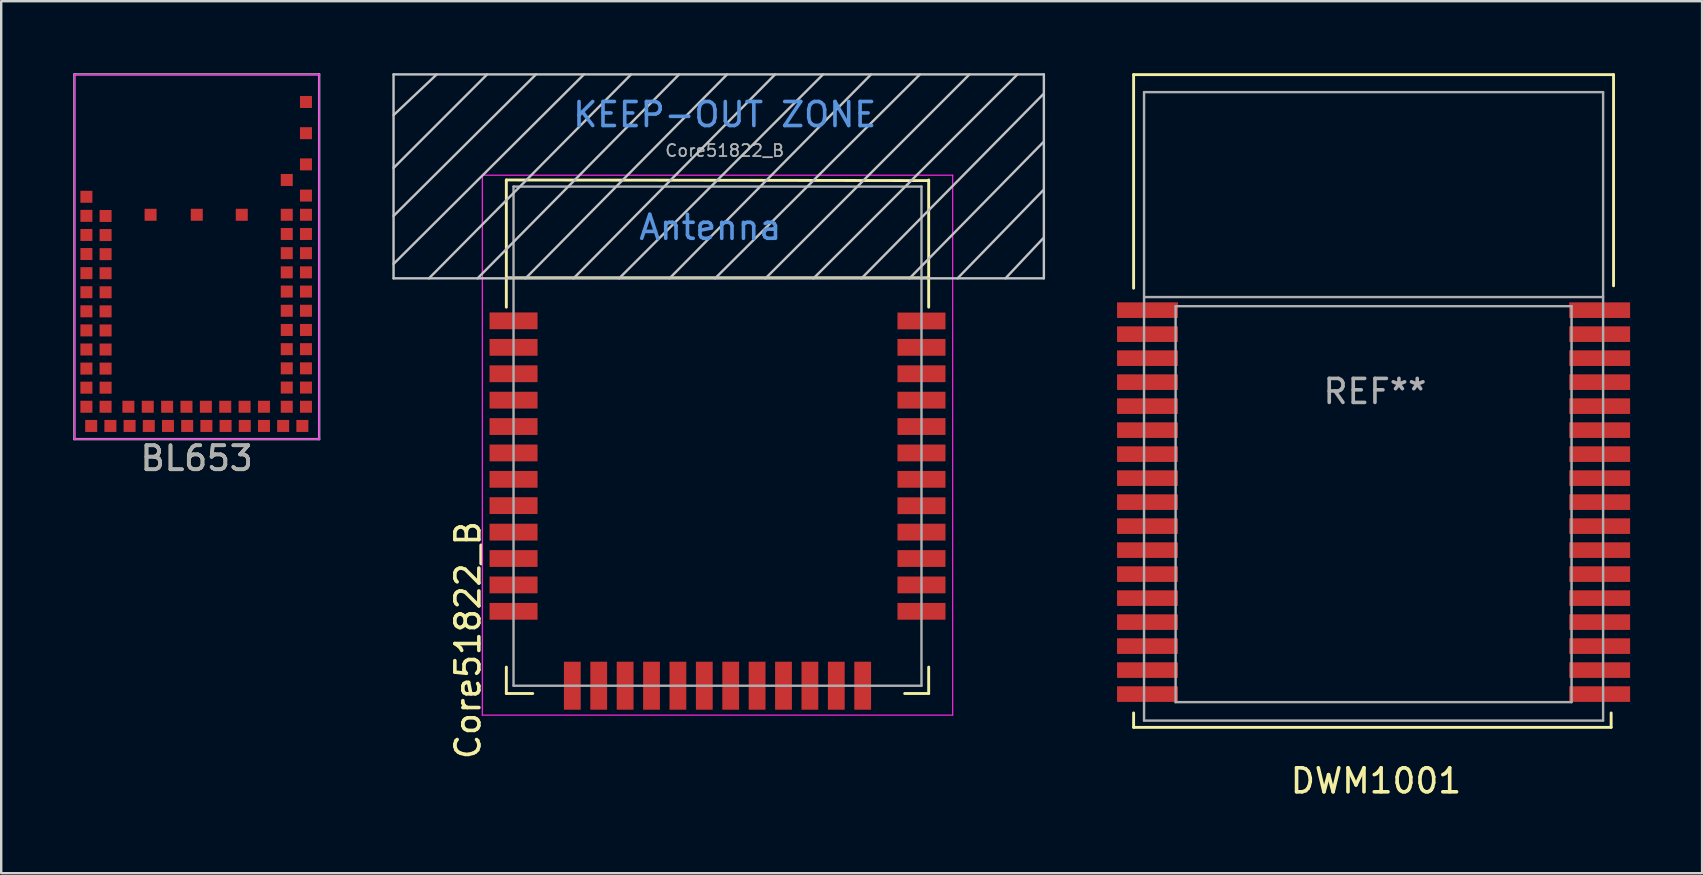
<source format=kicad_pcb>
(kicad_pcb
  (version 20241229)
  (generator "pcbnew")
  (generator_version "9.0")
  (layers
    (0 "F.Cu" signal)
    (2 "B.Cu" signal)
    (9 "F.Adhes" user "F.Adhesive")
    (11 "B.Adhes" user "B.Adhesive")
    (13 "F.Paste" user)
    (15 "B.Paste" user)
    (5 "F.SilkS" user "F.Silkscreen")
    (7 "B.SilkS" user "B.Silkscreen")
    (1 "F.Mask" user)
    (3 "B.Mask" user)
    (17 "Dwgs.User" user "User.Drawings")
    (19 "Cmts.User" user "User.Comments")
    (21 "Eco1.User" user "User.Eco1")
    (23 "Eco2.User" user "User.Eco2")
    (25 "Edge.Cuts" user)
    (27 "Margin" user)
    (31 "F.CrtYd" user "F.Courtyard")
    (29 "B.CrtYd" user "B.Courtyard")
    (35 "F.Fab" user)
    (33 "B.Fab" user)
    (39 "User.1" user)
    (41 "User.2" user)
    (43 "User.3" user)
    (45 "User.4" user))
  (footprint "DWM1001"
    (layer "F.Cu")
    (at 54.19 17.96)
    (property "Reference" "DWM1001" (at 0.1 11.53 0) (layer "F.SilkS") (effects (font (size 1 1) (thickness 0.15))))
    (attr through_hole)
    (fp_line (start -10 -17.9) (end 10 -17.9) (stroke (width 0.12) (type solid)) (layer "F.SilkS"))
    (fp_line (start -10 -9) (end -10 -17.9) (stroke (width 0.12) (type solid)) (layer "F.SilkS"))
    (fp_line (start -10 8.7) (end -10 9.3) (stroke (width 0.12) (type solid)) (layer "F.SilkS"))
    (fp_line (start -10 9.3) (end 9.9 9.3) (stroke (width 0.12) (type solid)) (layer "F.SilkS"))
    (fp_line (start 9.9 9.3) (end 9.9 8.7) (stroke (width 0.12) (type solid)) (layer "F.SilkS"))
    (fp_line (start 10 -17.9) (end 10 -9.1) (stroke (width 0.12) (type solid)) (layer "F.SilkS"))
    (fp_line (start -9.565 -17.17) (end -9.565 9.02) (stroke (width 0.1) (type solid)) (layer "F.Fab"))
    (fp_line (start -9.565 -8.63) (end 9.565 -8.63) (stroke (width 0.1) (type solid)) (layer "F.Fab"))
    (fp_line (start -9.565 9.02) (end 9.565 9.02) (stroke (width 0.1) (type solid)) (layer "F.Fab"))
    (fp_line (start -8.25 -8.25) (end 8.25 -8.25) (stroke (width 0.1) (type solid)) (layer "F.Fab"))
    (fp_line (start -8.25 8.25) (end -8.25 -8.25) (stroke (width 0.1) (type solid)) (layer "F.Fab"))
    (fp_line (start -8.25 8.25) (end 8.25 8.25) (stroke (width 0.1) (type solid)) (layer "F.Fab"))
    (fp_line (start 8.25 8.25) (end 8.25 -8.25) (stroke (width 0.1) (type solid)) (layer "F.Fab"))
    (fp_line (start 9.565 -17.17) (end -9.565 -17.17) (stroke (width 0.1) (type solid)) (layer "F.Fab"))
    (fp_line (start 9.565 -17.17) (end 9.565 9.02) (stroke (width 0.1) (type solid)) (layer "F.Fab"))
    (fp_text user "REF**" (at 0.057 -4.697 0) (layer "F.Fab") (effects (font (size 1 1) (thickness 0.15))))
    (pad "1" smd rect (at -9.42 -8.085) (size 2.54 0.65) (layers "F.Cu" "F.Mask" "F.Paste"))
    (pad "2" smd rect (at -9.42 -7.085) (size 2.54 0.65) (layers "F.Cu" "F.Mask" "F.Paste"))
    (pad "3" smd rect (at -9.42 -6.085) (size 2.54 0.65) (layers "F.Cu" "F.Mask" "F.Paste"))
    (pad "4" smd rect (at -9.42 -5.085) (size 2.54 0.65) (layers "F.Cu" "F.Mask" "F.Paste"))
    (pad "5" smd rect (at -9.42 -4.085) (size 2.54 0.65) (layers "F.Cu" "F.Mask" "F.Paste"))
    (pad "6" smd rect (at -9.42 -3.085) (size 2.54 0.65) (layers "F.Cu" "F.Mask" "F.Paste"))
    (pad "7" smd rect (at -9.42 -2.085) (size 2.54 0.65) (layers "F.Cu" "F.Mask" "F.Paste"))
    (pad "8" smd rect (at -9.42 -1.085) (size 2.54 0.65) (layers "F.Cu" "F.Mask" "F.Paste"))
    (pad "9" smd rect (at -9.42 -0.085) (size 2.54 0.65) (layers "F.Cu" "F.Mask" "F.Paste"))
    (pad "10" smd rect (at -9.42 0.915) (size 2.54 0.65) (layers "F.Cu" "F.Mask" "F.Paste"))
    (pad "11" smd rect (at -9.42 1.915) (size 2.54 0.65) (layers "F.Cu" "F.Mask" "F.Paste"))
    (pad "12" smd rect (at -9.42 2.915) (size 2.54 0.65) (layers "F.Cu" "F.Mask" "F.Paste"))
    (pad "13" smd rect (at -9.42 3.915) (size 2.54 0.65) (layers "F.Cu" "F.Mask" "F.Paste"))
    (pad "14" smd rect (at -9.42 4.915) (size 2.54 0.65) (layers "F.Cu" "F.Mask" "F.Paste"))
    (pad "15" smd rect (at -9.42 5.915) (size 2.54 0.65) (layers "F.Cu" "F.Mask" "F.Paste"))
    (pad "16" smd rect (at -9.42 6.915) (size 2.54 0.65) (layers "F.Cu" "F.Mask" "F.Paste"))
    (pad "17" smd rect (at -9.42 7.915) (size 2.54 0.65) (layers "F.Cu" "F.Mask" "F.Paste"))
    (pad "18" smd rect (at 9.42 7.915) (size 2.54 0.65) (layers "F.Cu" "F.Mask" "F.Paste"))
    (pad "19" smd rect (at 9.42 6.915) (size 2.54 0.65) (layers "F.Cu" "F.Mask" "F.Paste"))
    (pad "20" smd rect (at 9.42 5.915) (size 2.54 0.65) (layers "F.Cu" "F.Mask" "F.Paste"))
    (pad "21" smd rect (at 9.42 4.915) (size 2.54 0.65) (layers "F.Cu" "F.Mask" "F.Paste"))
    (pad "22" smd rect (at 9.42 3.915) (size 2.54 0.65) (layers "F.Cu" "F.Mask" "F.Paste"))
    (pad "23" smd rect (at 9.42 2.915) (size 2.54 0.65) (layers "F.Cu" "F.Mask" "F.Paste"))
    (pad "24" smd rect (at 9.42 1.915) (size 2.54 0.65) (layers "F.Cu" "F.Mask" "F.Paste"))
    (pad "25" smd rect (at 9.42 0.915) (size 2.54 0.65) (layers "F.Cu" "F.Mask" "F.Paste"))
    (pad "26" smd rect (at 9.42 -0.085) (size 2.54 0.65) (layers "F.Cu" "F.Mask" "F.Paste"))
    (pad "27" smd rect (at 9.42 -1.085) (size 2.54 0.65) (layers "F.Cu" "F.Mask" "F.Paste"))
    (pad "28" smd rect (at 9.42 -2.085) (size 2.54 0.65) (layers "F.Cu" "F.Mask" "F.Paste"))
    (pad "29" smd rect (at 9.42 -3.085) (size 2.54 0.65) (layers "F.Cu" "F.Mask" "F.Paste"))
    (pad "30" smd rect (at 9.42 -4.085) (size 2.54 0.65) (layers "F.Cu" "F.Mask" "F.Paste"))
    (pad "31" smd rect (at 9.42 -5.085) (size 2.54 0.65) (layers "F.Cu" "F.Mask" "F.Paste"))
    (pad "32" smd rect (at 9.42 -6.085) (size 2.54 0.65) (layers "F.Cu" "F.Mask" "F.Paste"))
    (pad "33" smd rect (at 9.42 -7.085) (size 2.54 0.65) (layers "F.Cu" "F.Mask" "F.Paste"))
    (pad "34" smd rect (at 9.42 -8.085) (size 2.54 0.65) (layers "F.Cu" "F.Mask" "F.Paste")))
  (footprint "Core51822_B"
    (layer "F.Cu")
    (at 26.85 18.253)
    (property "Reference" "Core51822_B" (at -10.4 5.372 90) (layer "F.SilkS") (effects (font (size 1 1) (thickness 0.15))))
    (attr smd)
    (fp_line (start -8.8 -13.803) (end -8.8 -8.503) (stroke (width 0.12) (type solid)) (layer "F.SilkS"))
    (fp_line (start -8.8 -13.803) (end 8.8 -13.778) (stroke (width 0.12) (type solid)) (layer "F.SilkS"))
    (fp_line (start -8.8 -9.728) (end 8.8 -9.728) (stroke (width 0.12) (type solid)) (layer "F.SilkS"))
    (fp_line (start -8.8 6.497) (end -8.8 7.597) (stroke (width 0.12) (type solid)) (layer "F.SilkS"))
    (fp_line (start -8.8 7.597) (end -7.7 7.597) (stroke (width 0.12) (type solid)) (layer "F.SilkS"))
    (fp_line (start 8.8 -13.803) (end 8.8 -8.503) (stroke (width 0.12) (type solid)) (layer "F.SilkS"))
    (fp_line (start 8.8 6.497) (end 8.8 7.597) (stroke (width 0.12) (type solid)) (layer "F.SilkS"))
    (fp_line (start 8.8 7.597) (end 7.8 7.597) (stroke (width 0.12) (type solid)) (layer "F.SilkS"))
    (fp_line (start -13.5 -16.503) (end -11.7 -18.203) (stroke (width 0.1) (type solid)) (layer "Dwgs.User"))
    (fp_line (start -13.5 -14.303) (end -9.6 -18.203) (stroke (width 0.1) (type solid)) (layer "Dwgs.User"))
    (fp_line (start -13.5 -12.303) (end -7.565 -18.203) (stroke (width 0.1) (type solid)) (layer "Dwgs.User"))
    (fp_line (start -13.5 -10.303) (end -5.565 -18.203) (stroke (width 0.1) (type solid)) (layer "Dwgs.User"))
    (fp_line (start -13.5 -9.703) (end -13.5 -18.203) (stroke (width 0.1) (type solid)) (layer "Dwgs.User"))
    (fp_line (start -12.025 -9.703) (end -3.6 -18.203) (stroke (width 0.1) (type solid)) (layer "Dwgs.User"))
    (fp_line (start -10 -9.703) (end -1.6 -18.203) (stroke (width 0.1) (type solid)) (layer "Dwgs.User"))
    (fp_line (start -8 -9.703) (end 0.4 -18.203) (stroke (width 0.1) (type solid)) (layer "Dwgs.User"))
    (fp_line (start -6 -9.703) (end 2.4 -18.203) (stroke (width 0.1) (type solid)) (layer "Dwgs.User"))
    (fp_line (start -4.1 -9.703) (end 4.4 -18.203) (stroke (width 0.1) (type solid)) (layer "Dwgs.User"))
    (fp_line (start -2 -9.703) (end 6.4 -18.203) (stroke (width 0.1) (type solid)) (layer "Dwgs.User"))
    (fp_line (start -0.1 -9.703) (end 8.435 -18.203) (stroke (width 0.1) (type solid)) (layer "Dwgs.User"))
    (fp_line (start 2 -9.703) (end 10.5 -18.203) (stroke (width 0.1) (type solid)) (layer "Dwgs.User"))
    (fp_line (start 4 -9.703) (end 12.5 -18.203) (stroke (width 0.1) (type solid)) (layer "Dwgs.User"))
    (fp_line (start 6 -9.703) (end 13.565 -17.368) (stroke (width 0.1) (type solid)) (layer "Dwgs.User"))
    (fp_line (start 8 -9.703) (end 13.565 -15.368) (stroke (width 0.1) (type solid)) (layer "Dwgs.User"))
    (fp_line (start 10 -9.703) (end 13.565 -13.368) (stroke (width 0.1) (type solid)) (layer "Dwgs.User"))
    (fp_line (start 12 -9.703) (end 13.565 -11.368) (stroke (width 0.1) (type solid)) (layer "Dwgs.User"))
    (fp_line (start 13.6 -18.203) (end -13.5 -18.203) (stroke (width 0.1) (type solid)) (layer "Dwgs.User"))
    (fp_line (start 13.6 -9.703) (end -13.5 -9.703) (stroke (width 0.1) (type solid)) (layer "Dwgs.User"))
    (fp_line (start 13.6 -9.703) (end 13.6 -18.203) (stroke (width 0.1) (type solid)) (layer "Dwgs.User"))
    (fp_line (start -9.8 -14.003) (end 9.8 -14.003) (stroke (width 0.05) (type solid)) (layer "F.CrtYd"))
    (fp_line (start -9.8 8.497) (end -9.8 -14.003) (stroke (width 0.05) (type solid)) (layer "F.CrtYd"))
    (fp_line (start -9.8 8.497) (end 9.8 8.497) (stroke (width 0.05) (type solid)) (layer "F.CrtYd"))
    (fp_line (start 9.8 -14.003) (end 9.8 8.497) (stroke (width 0.05) (type solid)) (layer "F.CrtYd"))
    (fp_line (start -8.5 -13.528) (end -8.5 7.272) (stroke (width 0.1) (type solid)) (layer "F.Fab"))
    (fp_line (start -8.5 -13.528) (end 8.5 -13.528) (stroke (width 0.1) (type solid)) (layer "F.Fab"))
    (fp_line (start -8.5 7.272) (end 8.5 7.272) (stroke (width 0.1) (type solid)) (layer "F.Fab"))
    (fp_line (start 8.5 7.272) (end 8.5 -13.528) (stroke (width 0.1) (type solid)) (layer "F.Fab"))
    (fp_text user "Antenna" (at -0.3 -11.828 0) (layer "Cmts.User") (effects (font (size 1 1) (thickness 0.15))))
    (fp_text user "KEEP-OUT ZONE" (at 0.3 -16.528 0) (layer "Cmts.User") (effects (font (size 1 1) (thickness 0.15))))
    (fp_text user "${REFERENCE}" (at 0.3 -15.028 0) (layer "F.Fab") (effects (font (size 0.5 0.5) (thickness 0.075))))
    (pad "1" smd rect (at -8.5 -7.933) (size 2 0.7) (layers "F.Cu" "F.Mask" "F.Paste"))
    (pad "2" smd rect (at -8.5 -6.828) (size 2 0.7) (layers "F.Cu" "F.Mask" "F.Paste"))
    (pad "3" smd rect (at -8.5 -5.728) (size 2 0.7) (layers "F.Cu" "F.Mask" "F.Paste"))
    (pad "4" smd rect (at -8.5 -4.628) (size 2 0.7) (layers "F.Cu" "F.Mask" "F.Paste"))
    (pad "5" smd rect (at -8.5 -3.528) (size 2 0.7) (layers "F.Cu" "F.Mask" "F.Paste"))
    (pad "6" smd rect (at -8.5 -2.428) (size 2 0.7) (layers "F.Cu" "F.Mask" "F.Paste"))
    (pad "7" smd rect (at -8.5 -1.328) (size 2 0.7) (layers "F.Cu" "F.Mask" "F.Paste"))
    (pad "8" smd rect (at -8.5 -0.233) (size 2 0.7) (layers "F.Cu" "F.Mask" "F.Paste"))
    (pad "9" smd rect (at -8.5 0.872) (size 2 0.7) (layers "F.Cu" "F.Mask" "F.Paste"))
    (pad "10" smd rect (at -8.5 1.972) (size 2 0.7) (layers "F.Cu" "F.Mask" "F.Paste"))
    (pad "11" smd rect (at -8.5 3.072) (size 2 0.7) (layers "F.Cu" "F.Mask" "F.Paste"))
    (pad "12" smd rect (at -8.5 4.172) (size 2 0.7) (layers "F.Cu" "F.Mask" "F.Paste"))
    (pad "13" smd rect (at -6.05 7.272 90) (size 2 0.7) (layers "F.Cu" "F.Mask" "F.Paste"))
    (pad "14" smd rect (at -4.95 7.272 90) (size 2 0.7) (layers "F.Cu" "F.Mask" "F.Paste"))
    (pad "15" smd rect (at -3.85 7.272 90) (size 2 0.7) (layers "F.Cu" "F.Mask" "F.Paste"))
    (pad "16" smd rect (at -2.75 7.272 90) (size 2 0.7) (layers "F.Cu" "F.Mask" "F.Paste"))
    (pad "17" smd rect (at -1.65 7.272 90) (size 2 0.7) (layers "F.Cu" "F.Mask" "F.Paste"))
    (pad "18" smd rect (at -0.55 7.272 90) (size 2 0.7) (layers "F.Cu" "F.Mask" "F.Paste"))
    (pad "19" smd rect (at 0.55 7.272 90) (size 2 0.7) (layers "F.Cu" "F.Mask" "F.Paste"))
    (pad "20" smd rect (at 1.65 7.272 90) (size 2 0.7) (layers "F.Cu" "F.Mask" "F.Paste"))
    (pad "21" smd rect (at 2.75 7.272 90) (size 2 0.7) (layers "F.Cu" "F.Mask" "F.Paste"))
    (pad "22" smd rect (at 3.85 7.272 90) (size 2 0.7) (layers "F.Cu" "F.Mask" "F.Paste"))
    (pad "23" smd rect (at 4.95 7.272 90) (size 2 0.7) (layers "F.Cu" "F.Mask" "F.Paste"))
    (pad "24" smd rect (at 6.05 7.272 90) (size 2 0.7) (layers "F.Cu" "F.Mask" "F.Paste"))
    (pad "25" smd rect (at 8.5 4.172) (size 2 0.7) (layers "F.Cu" "F.Mask" "F.Paste"))
    (pad "26" smd rect (at 8.5 3.072) (size 2 0.7) (layers "F.Cu" "F.Mask" "F.Paste"))
    (pad "27" smd rect (at 8.5 1.972) (size 2 0.7) (layers "F.Cu" "F.Mask" "F.Paste"))
    (pad "28" smd rect (at 8.5 0.872) (size 2 0.7) (layers "F.Cu" "F.Mask" "F.Paste"))
    (pad "29" smd rect (at 8.5 -0.228) (size 2 0.7) (layers "F.Cu" "F.Mask" "F.Paste"))
    (pad "30" smd rect (at 8.5 -1.328) (size 2 0.7) (layers "F.Cu" "F.Mask" "F.Paste"))
    (pad "31" smd rect (at 8.5 -2.428) (size 2 0.7) (layers "F.Cu" "F.Mask" "F.Paste"))
    (pad "32" smd rect (at 8.5 -3.528) (size 2 0.7) (layers "F.Cu" "F.Mask" "F.Paste"))
    (pad "33" smd rect (at 8.5 -4.628) (size 2 0.7) (layers "F.Cu" "F.Mask" "F.Paste"))
    (pad "34" smd rect (at 8.5 -5.728) (size 2 0.7) (layers "F.Cu" "F.Mask" "F.Paste"))
    (pad "35" smd rect (at 8.5 -6.828) (size 2 0.7) (layers "F.Cu" "F.Mask" "F.Paste"))
    (pad "36" smd rect (at 8.5 -7.928) (size 2 0.7) (layers "F.Cu" "F.Mask" "F.Paste")))
  (footprint "BL653"
    (layer "F.Cu")
    (at 5.15 7.65)
    (property "Reference" "BL653" (at 0 8.4 0) (layer "F.SilkS") (effects (font (size 1 1) (thickness 0.15))))
    (attr smd)
    (fp_line (start -5.1 -7.6) (end 5.1 -7.6) (stroke (width 0.05) (type solid)) (layer "F.CrtYd"))
    (fp_line (start -5.1 7.6) (end -5.1 -7.6) (stroke (width 0.05) (type solid)) (layer "F.CrtYd"))
    (fp_line (start -5.1 7.6) (end 5.1 7.6) (stroke (width 0.05) (type solid)) (layer "F.CrtYd"))
    (fp_line (start 5.1 7.6) (end 5.1 -7.6) (stroke (width 0.05) (type solid)) (layer "F.CrtYd"))
    (fp_line (start -5.1 -7.6) (end 5.1 -7.6) (stroke (width 0.1) (type solid)) (layer "F.Fab"))
    (fp_line (start -5.1 7.6) (end -5.1 -7.6) (stroke (width 0.1) (type solid)) (layer "F.Fab"))
    (fp_line (start -5.1 7.6) (end 5.1 7.6) (stroke (width 0.1) (type solid)) (layer "F.Fab"))
    (fp_line (start 5.1 7.6) (end 5.1 -7.6) (stroke (width 0.1) (type solid)) (layer "F.Fab"))
    (fp_text user "${REFERENCE}" (at 0 8.4 0) (layer "F.Fab") (effects (font (size 1 1) (thickness 0.15))))
    (pad "0" smd rect (at 4.55 -2.55 90) (size 0.5 0.5) (layers "F.Cu" "F.Mask" "F.Paste"))
    (pad "1" smd rect (at 4.55 -1.75 90) (size 0.5 0.5) (layers "F.Cu" "F.Mask" "F.Paste"))
    (pad "2" smd rect (at 3.75 -1.75 90) (size 0.5 0.5) (layers "F.Cu" "F.Mask" "F.Paste"))
    (pad "3" smd rect (at 4.55 -0.95 90) (size 0.5 0.5) (layers "F.Cu" "F.Mask" "F.Paste"))
    (pad "4" smd rect (at 3.75 -0.95 90) (size 0.5 0.5) (layers "F.Cu" "F.Mask" "F.Paste"))
    (pad "5" smd rect (at 4.55 -0.15 90) (size 0.5 0.5) (layers "F.Cu" "F.Mask" "F.Paste"))
    (pad "6" smd rect (at 3.75 -0.15 90) (size 0.5 0.5) (layers "F.Cu" "F.Mask" "F.Paste"))
    (pad "7" smd rect (at 4.55 0.65 90) (size 0.5 0.5) (layers "F.Cu" "F.Mask" "F.Paste"))
    (pad "8" smd rect (at 3.75 0.65 90) (size 0.5 0.5) (layers "F.Cu" "F.Mask" "F.Paste"))
    (pad "9" smd rect (at 4.55 1.45 90) (size 0.5 0.5) (layers "F.Cu" "F.Mask" "F.Paste"))
    (pad "10" smd rect (at 3.75 1.45 90) (size 0.5 0.5) (layers "F.Cu" "F.Mask" "F.Paste"))
    (pad "11" smd rect (at 4.55 2.25 90) (size 0.5 0.5) (layers "F.Cu" "F.Mask" "F.Paste"))
    (pad "12" smd rect (at 3.75 2.25 90) (size 0.5 0.5) (layers "F.Cu" "F.Mask" "F.Paste"))
    (pad "13" smd rect (at 4.55 3.05 90) (size 0.5 0.5) (layers "F.Cu" "F.Mask" "F.Paste"))
    (pad "14" smd rect (at 3.75 3.05 90) (size 0.5 0.5) (layers "F.Cu" "F.Mask" "F.Paste"))
    (pad "15" smd rect (at 4.55 3.85 90) (size 0.5 0.5) (layers "F.Cu" "F.Mask" "F.Paste"))
    (pad "16" smd rect (at 3.75 3.85 90) (size 0.5 0.5) (layers "F.Cu" "F.Mask" "F.Paste"))
    (pad "17" smd rect (at 4.55 4.65 90) (size 0.5 0.5) (layers "F.Cu" "F.Mask" "F.Paste"))
    (pad "18" smd rect (at 3.75 4.65 90) (size 0.5 0.5) (layers "F.Cu" "F.Mask" "F.Paste"))
    (pad "19" smd rect (at 4.55 5.45 90) (size 0.5 0.5) (layers "F.Cu" "F.Mask" "F.Paste"))
    (pad "20" smd rect (at 3.75 5.45 90) (size 0.5 0.5) (layers "F.Cu" "F.Mask" "F.Paste"))
    (pad "21" smd rect (at 4.55 6.25 90) (size 0.5 0.5) (layers "F.Cu" "F.Mask" "F.Paste"))
    (pad "22" smd rect (at 3.75 6.25 90) (size 0.5 0.5) (layers "F.Cu" "F.Mask" "F.Paste"))
    (pad "23" smd rect (at 4.4 7.05 90) (size 0.5 0.5) (layers "F.Cu" "F.Mask" "F.Paste"))
    (pad "24" smd rect (at 3.6 7.05 90) (size 0.5 0.5) (layers "F.Cu" "F.Mask" "F.Paste"))
    (pad "25" smd rect (at 2.8 7.05 90) (size 0.5 0.5) (layers "F.Cu" "F.Mask" "F.Paste"))
    (pad "26" smd rect (at 2.8 6.25 90) (size 0.5 0.5) (layers "F.Cu" "F.Mask" "F.Paste"))
    (pad "27" smd rect (at 2 7.05 90) (size 0.5 0.5) (layers "F.Cu" "F.Mask" "F.Paste"))
    (pad "28" smd rect (at 1.993 6.25 90) (size 0.5 0.5) (layers "F.Cu" "F.Mask" "F.Paste"))
    (pad "29" smd rect (at 1.2 7.05 90) (size 0.5 0.5) (layers "F.Cu" "F.Mask" "F.Paste"))
    (pad "30" smd rect (at 1.186 6.25 90) (size 0.5 0.5) (layers "F.Cu" "F.Mask" "F.Paste"))
    (pad "31" smd rect (at 0.4 7.05 90) (size 0.5 0.5) (layers "F.Cu" "F.Mask" "F.Paste"))
    (pad "32" smd rect (at 0.379 6.25 90) (size 0.5 0.5) (layers "F.Cu" "F.Mask" "F.Paste"))
    (pad "33" smd rect (at -0.4 7.05 90) (size 0.5 0.5) (layers "F.Cu" "F.Mask" "F.Paste"))
    (pad "34" smd rect (at -0.429 6.25 90) (size 0.5 0.5) (layers "F.Cu" "F.Mask" "F.Paste"))
    (pad "35" smd rect (at -1.2 7.05 90) (size 0.5 0.5) (layers "F.Cu" "F.Mask" "F.Paste"))
    (pad "36" smd rect (at -1.236 6.25 90) (size 0.5 0.5) (layers "F.Cu" "F.Mask" "F.Paste"))
    (pad "37" smd rect (at -2 7.05 90) (size 0.5 0.5) (layers "F.Cu" "F.Mask" "F.Paste"))
    (pad "38" smd rect (at -2.043 6.25 90) (size 0.5 0.5) (layers "F.Cu" "F.Mask" "F.Paste"))
    (pad "39" smd rect (at -2.8 7.05 90) (size 0.5 0.5) (layers "F.Cu" "F.Mask" "F.Paste"))
    (pad "40" smd rect (at -2.85 6.25 90) (size 0.5 0.5) (layers "F.Cu" "F.Mask" "F.Paste"))
    (pad "41" smd rect (at -3.6 7.05 90) (size 0.5 0.5) (layers "F.Cu" "F.Mask" "F.Paste"))
    (pad "42" smd rect (at -4.4 7.05 90) (size 0.5 0.5) (layers "F.Cu" "F.Mask" "F.Paste"))
    (pad "43" smd rect (at -4.6 6.25 90) (size 0.5 0.5) (layers "F.Cu" "F.Mask" "F.Paste"))
    (pad "44" smd rect (at -3.8 6.25 90) (size 0.5 0.5) (layers "F.Cu" "F.Mask" "F.Paste"))
    (pad "45" smd rect (at -4.6 5.455 90) (size 0.5 0.5) (layers "F.Cu" "F.Mask" "F.Paste"))
    (pad "46" smd rect (at -3.8 5.455 90) (size 0.5 0.5) (layers "F.Cu" "F.Mask" "F.Paste"))
    (pad "47" smd rect (at -4.6 4.659 90) (size 0.5 0.5) (layers "F.Cu" "F.Mask" "F.Paste"))
    (pad "48" smd rect (at -3.8 4.66 90) (size 0.5 0.5) (layers "F.Cu" "F.Mask" "F.Paste"))
    (pad "49" smd rect (at -4.6 3.864 90) (size 0.5 0.5) (layers "F.Cu" "F.Mask" "F.Paste"))
    (pad "50" smd rect (at -3.8 3.865 90) (size 0.5 0.5) (layers "F.Cu" "F.Mask" "F.Paste"))
    (pad "51" smd rect (at -4.6 3.068 90) (size 0.5 0.5) (layers "F.Cu" "F.Mask" "F.Paste"))
    (pad "52" smd rect (at -3.8 3.07 90) (size 0.5 0.5) (layers "F.Cu" "F.Mask" "F.Paste"))
    (pad "53" smd rect (at -4.6 2.273 90) (size 0.5 0.5) (layers "F.Cu" "F.Mask" "F.Paste"))
    (pad "54" smd rect (at -3.8 2.275 90) (size 0.5 0.5) (layers "F.Cu" "F.Mask" "F.Paste"))
    (pad "55" smd rect (at -4.6 1.477 90) (size 0.5 0.5) (layers "F.Cu" "F.Mask" "F.Paste"))
    (pad "56" smd rect (at -3.8 1.48 90) (size 0.5 0.5) (layers "F.Cu" "F.Mask" "F.Paste"))
    (pad "57" smd rect (at -4.6 0.682 90) (size 0.5 0.5) (layers "F.Cu" "F.Mask" "F.Paste"))
    (pad "58" smd rect (at -3.8 0.685 90) (size 0.5 0.5) (layers "F.Cu" "F.Mask" "F.Paste"))
    (pad "59" smd rect (at -4.6 -0.114 90) (size 0.5 0.5) (layers "F.Cu" "F.Mask" "F.Paste"))
    (pad "60" smd rect (at -3.8 -0.11 90) (size 0.5 0.5) (layers "F.Cu" "F.Mask" "F.Paste"))
    (pad "61" smd rect (at -4.6 -0.909 90) (size 0.5 0.5) (layers "F.Cu" "F.Mask" "F.Paste"))
    (pad "62" smd rect (at -3.8 -0.905 90) (size 0.5 0.5) (layers "F.Cu" "F.Mask" "F.Paste"))
    (pad "63" smd rect (at -4.6 -1.705 90) (size 0.5 0.5) (layers "F.Cu" "F.Mask" "F.Paste"))
    (pad "64" smd rect (at -3.8 -1.7 90) (size 0.5 0.5) (layers "F.Cu" "F.Mask" "F.Paste"))
    (pad "65" smd rect (at -4.6 -2.5 90) (size 0.5 0.5) (layers "F.Cu" "F.Mask" "F.Paste"))
    (pad "66" smd rect (at 4.55 -3.85 90) (size 0.5 0.5) (layers "F.Cu" "F.Mask" "F.Paste"))
    (pad "67" smd rect (at 4.55 -5.15 90) (size 0.5 0.5) (layers "F.Cu" "F.Mask" "F.Paste"))
    (pad "68" smd rect (at 4.55 -6.45 90) (size 0.5 0.5) (layers "F.Cu" "F.Mask" "F.Paste"))
    (pad "69" smd rect (at -1.925 -1.75 90) (size 0.5 0.5) (layers "F.Cu" "F.Mask" "F.Paste"))
    (pad "70" smd rect (at 0 -1.75 90) (size 0.5 0.5) (layers "F.Cu" "F.Mask" "F.Paste"))
    (pad "71" smd rect (at 1.875 -1.75 90) (size 0.5 0.5) (layers "F.Cu" "F.Mask" "F.Paste"))
    (pad "72" smd rect (at 3.75 -3.2 90) (size 0.5 0.5) (layers "F.Cu" "F.Mask" "F.Paste")))
  (gr_rect
    (start -3 -3)
    (end 67.88 33.338)
    (stroke (width 0.1) (type default))
    (fill no)
    (layer "Edge.Cuts")))
</source>
